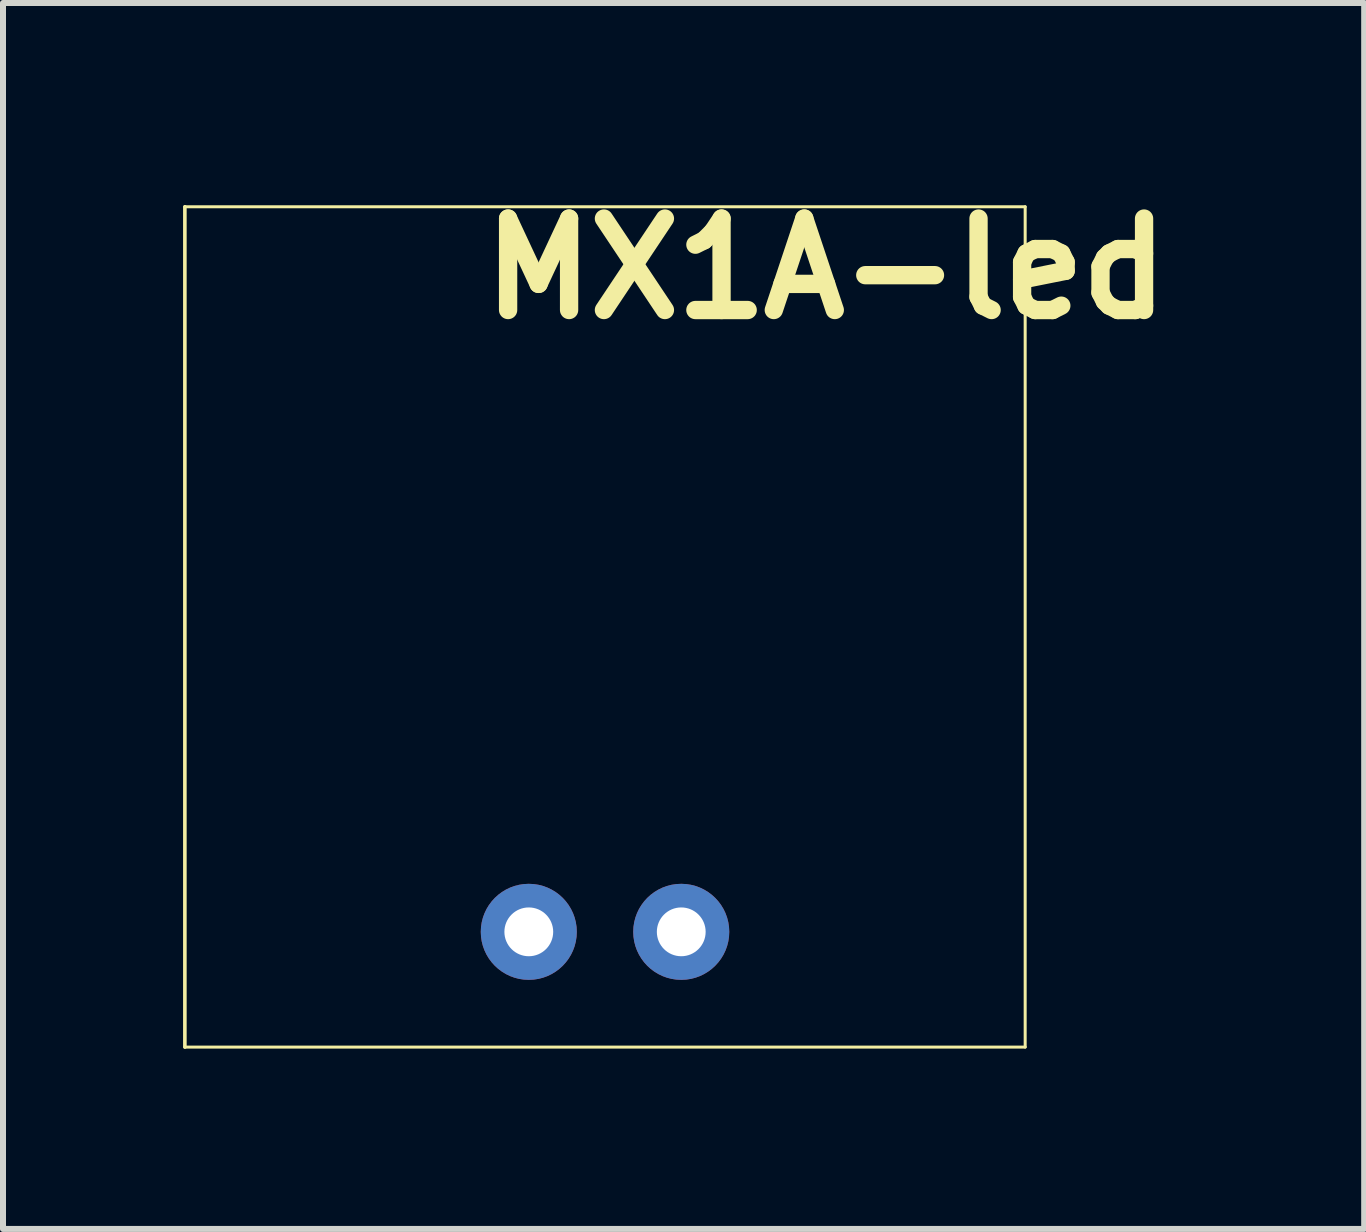
<source format=kicad_pcb>
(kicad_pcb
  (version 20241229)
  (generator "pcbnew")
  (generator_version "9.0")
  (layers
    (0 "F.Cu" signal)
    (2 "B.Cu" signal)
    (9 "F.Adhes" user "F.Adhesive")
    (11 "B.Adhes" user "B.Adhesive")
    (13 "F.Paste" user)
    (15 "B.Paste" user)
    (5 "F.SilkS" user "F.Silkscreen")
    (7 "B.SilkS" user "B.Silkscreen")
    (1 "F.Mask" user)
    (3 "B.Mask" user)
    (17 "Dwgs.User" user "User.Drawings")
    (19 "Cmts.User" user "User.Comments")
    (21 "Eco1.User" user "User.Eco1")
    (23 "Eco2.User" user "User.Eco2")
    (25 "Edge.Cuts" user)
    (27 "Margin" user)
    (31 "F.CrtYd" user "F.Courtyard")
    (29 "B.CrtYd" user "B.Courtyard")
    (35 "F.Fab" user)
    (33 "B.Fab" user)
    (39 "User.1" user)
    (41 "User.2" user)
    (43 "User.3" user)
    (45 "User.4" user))
  (footprint "MX1A-led"
    (layer "F.Cu")
    (at 7.03 7.395)
    (property "Reference" "MX1A-led" (at 3.683 -5.969 0) (layer "F.SilkS") (effects (font (size 1.524 1.524) (thickness 0.305))))
    (attr through_hole)
    (fp_line (start -7 -7) (end 7 -7) (stroke (width 0.05) (type solid)) (layer "F.SilkS"))
    (fp_line (start -7 7) (end -7 -7) (stroke (width 0.06) (type solid)) (layer "F.SilkS"))
    (fp_line (start 7 -7) (end 7 7) (stroke (width 0.05) (type solid)) (layer "F.SilkS"))
    (fp_line (start 7 7) (end -7 7) (stroke (width 0.05) (type solid)) (layer "F.SilkS"))
    (pad "1" thru_hole circle (at -1.27 5.08) (size 1.6 1.6) (drill 0.813) (layers "*.Cu" "*.Mask"))
    (pad "2" thru_hole circle (at 1.27 5.08) (size 1.6 1.6) (drill 0.813) (layers "*.Cu" "*.Mask")))
  (gr_rect
    (start -3 -3)
    (end 19.678 17.425)
    (stroke (width 0.1) (type default))
    (fill no)
    (layer "Edge.Cuts")))
</source>
